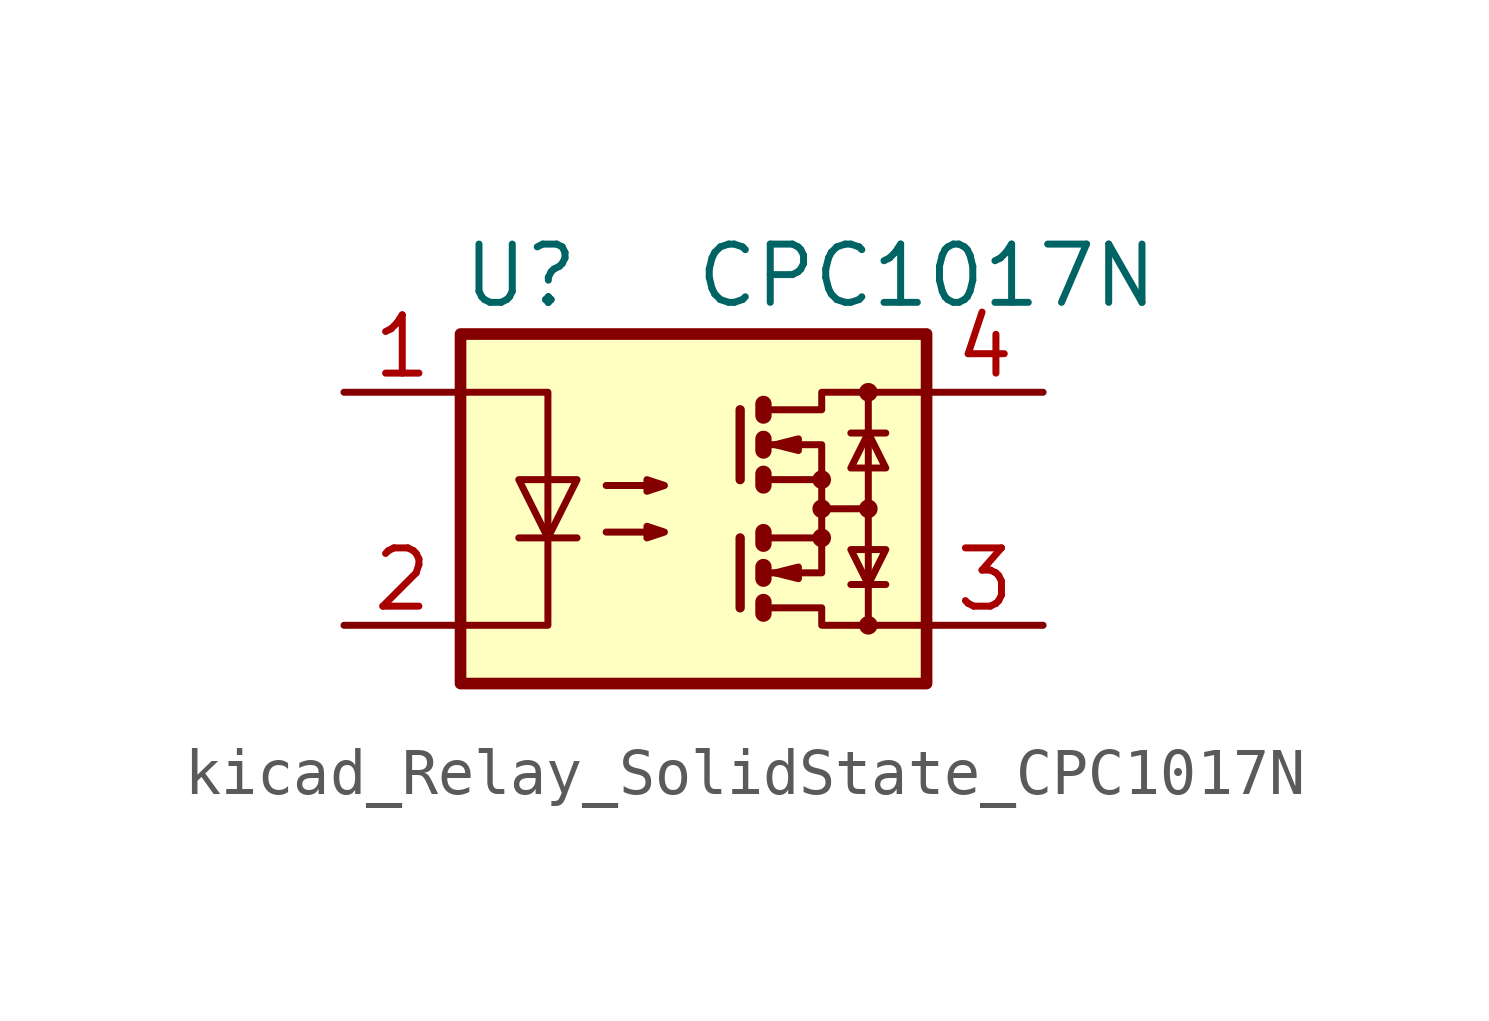
<source format=kicad_sym>
(kicad_symbol_lib
  (version 20220914)
  (generator kicad_symbol_editor)
  (symbol "kicad_Relay_SolidState_CPC1017N"
    (property "Reference" "U"
      (at -5.08 5.08 0)
      (effects (font (size 1.27 1.27)) (justify left)))
    (property "Value" "CPC1017N"
      (at 0 5.08 0)
      (effects (font (size 1.27 1.27)) (justify left)))
    (symbol "kicad_Relay_SolidState_CPC1017N_0_1"
      (rectangle (start -5.08 3.81) (end 5.08 -3.81) (stroke (width 0.254) (type default)) (fill (type background)))
      (polyline (pts (xy -3.81 -0.635) (xy -2.54 -0.635)) (stroke (width 0) (type default)) (fill (type none)))
      (polyline (pts (xy 1.016 -0.635) (xy 1.016 -2.159)) (stroke (width 0.203) (type default)) (fill (type none)))
      (polyline (pts (xy 1.016 2.159) (xy 1.016 0.635)) (stroke (width 0.203) (type default)) (fill (type none)))
      (polyline (pts (xy 1.524 -0.508) (xy 1.524 -0.762)) (stroke (width 0.356) (type default)) (fill (type none)))
      (polyline (pts (xy 2.794 0) (xy 3.81 0)) (stroke (width 0) (type default)) (fill (type none)))
      (polyline (pts (xy 3.429 -1.651) (xy 4.191 -1.651)) (stroke (width 0) (type default)) (fill (type none)))
      (polyline (pts (xy 3.429 1.651) (xy 4.191 1.651)) (stroke (width 0) (type default)) (fill (type none)))
      (polyline (pts (xy 3.81 -2.54) (xy 3.81 2.54)) (stroke (width 0) (type default)) (fill (type none)))
      (polyline (pts (xy 1.524 -2.032) (xy 1.524 -2.286) (xy 1.524 -2.286)) (stroke (width 0.356) (type default)) (fill (type none)))
      (polyline (pts (xy 1.524 -1.27) (xy 1.524 -1.524) (xy 1.524 -1.524)) (stroke (width 0.356) (type default)) (fill (type none)))
      (polyline (pts (xy 1.524 0.762) (xy 1.524 0.508) (xy 1.524 0.508)) (stroke (width 0.356) (type default)) (fill (type none)))
      (polyline (pts (xy 1.524 1.524) (xy 1.524 1.27) (xy 1.524 1.27)) (stroke (width 0.356) (type default)) (fill (type none)))
      (polyline (pts (xy 1.524 2.286) (xy 1.524 2.032) (xy 1.524 2.032)) (stroke (width 0.356) (type default)) (fill (type none)))
      (polyline (pts (xy 1.651 -1.397) (xy 2.794 -1.397) (xy 2.794 -0.635)) (stroke (width 0) (type default)) (fill (type none)))
      (polyline (pts (xy 1.651 1.397) (xy 2.794 1.397) (xy 2.794 0.635)) (stroke (width 0) (type default)) (fill (type none)))
      (polyline (pts (xy -5.08 2.54) (xy -3.175 2.54) (xy -3.175 -2.54) (xy -5.08 -2.54)) (stroke (width 0) (type default)) (fill (type none)))
      (polyline (pts (xy -3.175 -0.635) (xy -3.81 0.635) (xy -2.54 0.635) (xy -3.175 -0.635)) (stroke (width 0) (type default)) (fill (type none)))
      (polyline (pts (xy 1.651 -2.159) (xy 2.794 -2.159) (xy 2.794 -2.54) (xy 5.08 -2.54)) (stroke (width 0) (type default)) (fill (type none)))
      (polyline (pts (xy 1.651 -0.635) (xy 2.794 -0.635) (xy 2.794 0.635) (xy 1.651 0.635)) (stroke (width 0) (type default)) (fill (type none)))
      (polyline (pts (xy 1.651 2.159) (xy 2.794 2.159) (xy 2.794 2.54) (xy 5.08 2.54)) (stroke (width 0) (type default)) (fill (type none)))
      (polyline (pts (xy 1.778 -1.397) (xy 2.286 -1.27) (xy 2.286 -1.524) (xy 1.778 -1.397)) (stroke (width 0) (type default)) (fill (type none)))
      (polyline (pts (xy 1.778 1.397) (xy 2.286 1.524) (xy 2.286 1.27) (xy 1.778 1.397)) (stroke (width 0) (type default)) (fill (type none)))
      (polyline (pts (xy 3.81 -1.651) (xy 3.429 -0.889) (xy 4.191 -0.889) (xy 3.81 -1.651)) (stroke (width 0) (type default)) (fill (type none)))
      (polyline (pts (xy 3.81 1.651) (xy 3.429 0.889) (xy 4.191 0.889) (xy 3.81 1.651)) (stroke (width 0) (type default)) (fill (type none)))
      (polyline (pts (xy -1.905 -0.508) (xy -0.635 -0.508) (xy -1.016 -0.635) (xy -1.016 -0.381) (xy -0.635 -0.508)) (stroke (width 0) (type default)) (fill (type none)))
      (polyline (pts (xy -1.905 0.508) (xy -0.635 0.508) (xy -1.016 0.381) (xy -1.016 0.635) (xy -0.635 0.508)) (stroke (width 0) (type default)) (fill (type none)))
      (circle (center 2.794 -0.635) (radius 0.127) (stroke (width 0) (type default)) (fill (type none)))
      (circle (center 2.794 0) (radius 0.127) (stroke (width 0) (type default)) (fill (type none)))
      (circle (center 2.794 0.635) (radius 0.127) (stroke (width 0) (type default)) (fill (type none)))
      (circle (center 3.81 -2.54) (radius 0.127) (stroke (width 0) (type default)) (fill (type none)))
      (circle (center 3.81 0) (radius 0.127) (stroke (width 0) (type default)) (fill (type none)))
      (circle (center 3.81 2.54) (radius 0.127) (stroke (width 0) (type default)) (fill (type none))))
    (symbol "kicad_Relay_SolidState_CPC1017N_1_1"
      (pin passive line (at -7.62 2.54 0) (length 2.54) (name "~" (effects (font (size 1.27 1.27)))) (number "1" (effects (font (size 1.27 1.27)))))
      (pin passive line (at -7.62 -2.54 0) (length 2.54) (name "~" (effects (font (size 1.27 1.27)))) (number "2" (effects (font (size 1.27 1.27)))))
      (pin passive line (at 7.62 -2.54 180) (length 2.54) (name "~" (effects (font (size 1.27 1.27)))) (number "3" (effects (font (size 1.27 1.27)))))
      (pin passive line (at 7.62 2.54 180) (length 2.54) (name "~" (effects (font (size 1.27 1.27)))) (number "4" (effects (font (size 1.27 1.27))))))))
</source>
